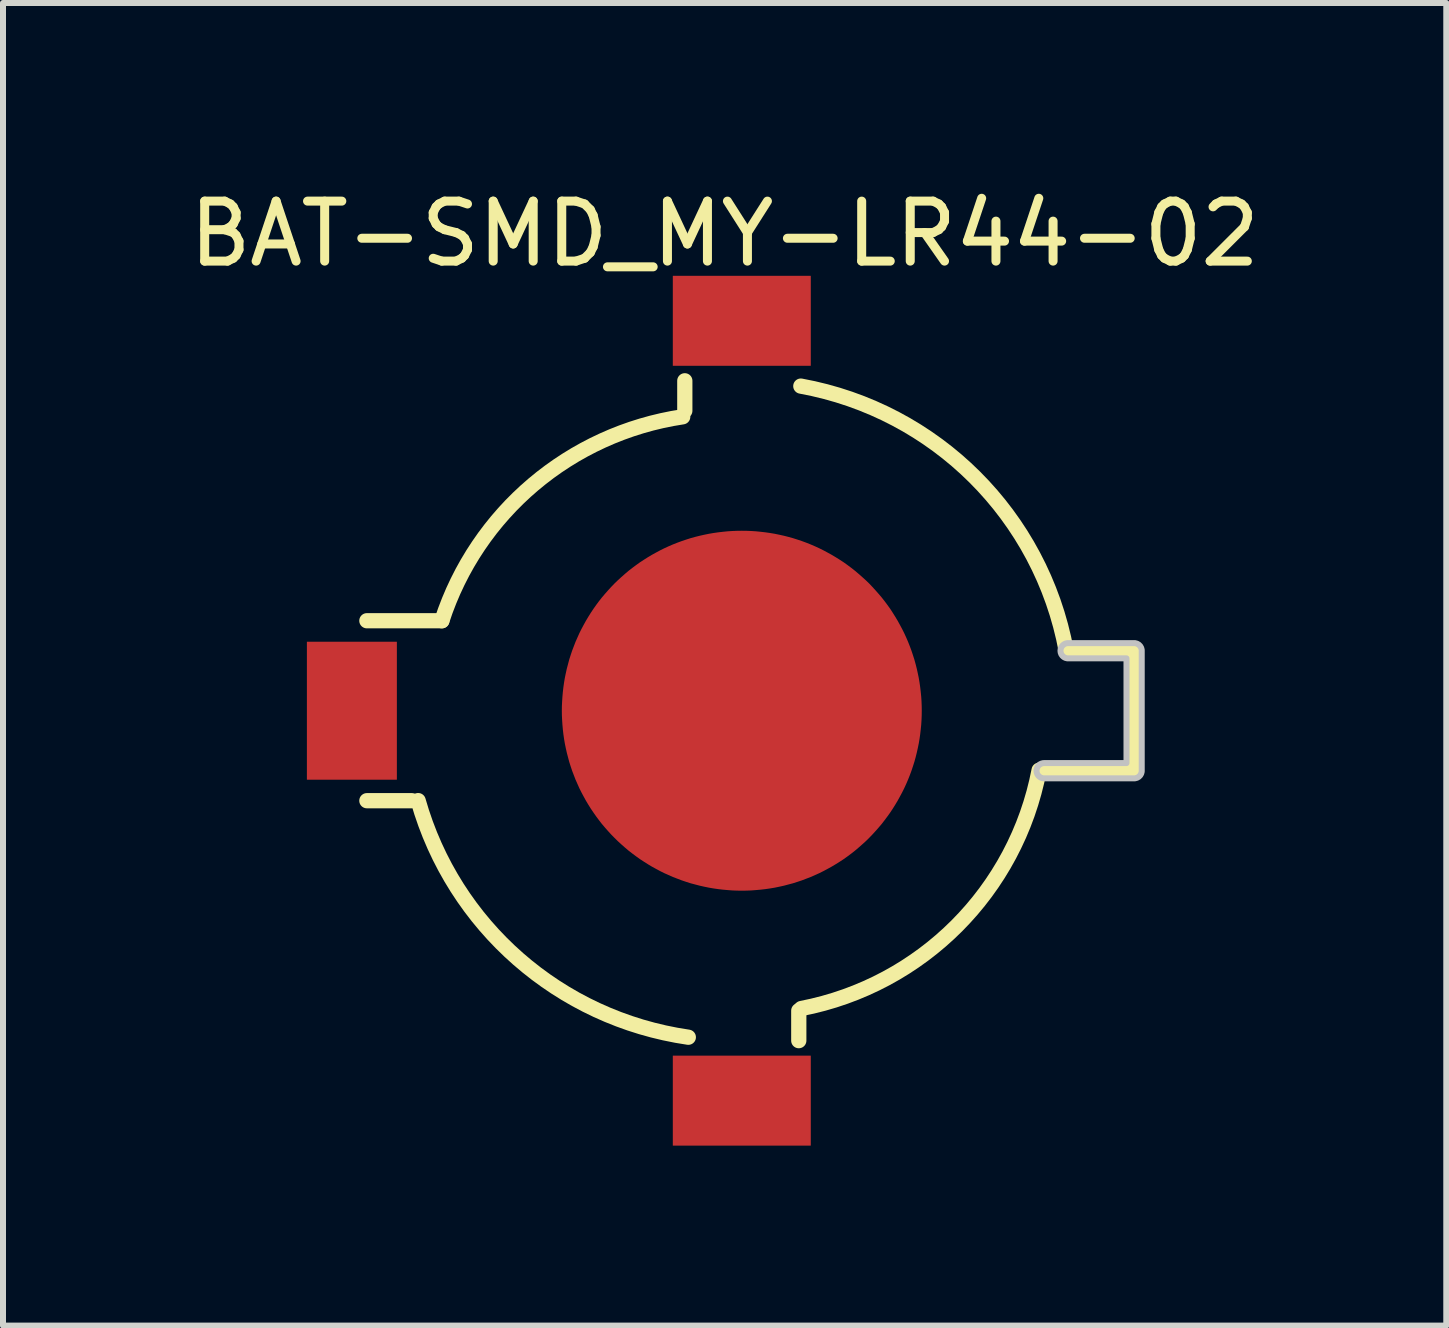
<source format=kicad_pcb>
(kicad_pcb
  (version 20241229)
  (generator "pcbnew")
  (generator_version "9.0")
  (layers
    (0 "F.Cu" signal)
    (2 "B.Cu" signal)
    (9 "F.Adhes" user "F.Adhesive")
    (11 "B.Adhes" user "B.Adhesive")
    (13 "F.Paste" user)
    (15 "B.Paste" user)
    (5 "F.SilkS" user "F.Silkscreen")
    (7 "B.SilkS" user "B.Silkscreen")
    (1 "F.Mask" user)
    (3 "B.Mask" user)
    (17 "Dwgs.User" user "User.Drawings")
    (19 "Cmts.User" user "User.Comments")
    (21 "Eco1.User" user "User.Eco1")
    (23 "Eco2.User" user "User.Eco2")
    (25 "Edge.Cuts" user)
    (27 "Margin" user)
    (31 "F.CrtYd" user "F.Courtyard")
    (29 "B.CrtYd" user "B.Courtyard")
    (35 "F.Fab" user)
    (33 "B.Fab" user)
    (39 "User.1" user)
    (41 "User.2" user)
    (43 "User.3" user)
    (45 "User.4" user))
  (footprint "BAT-SMD_MY-LR44-02"
    (layer "F.Cu")
    (at 6.066 8.798)
    (property "Reference" "BAT-SMD_MY-LR44-02" (at 2.963 -7.95 0) (layer "F.SilkS") (effects (font (size 1 1) (thickness 0.15))))
    (fp_line (start -3 -1.5) (end -1.75 -1.5) (stroke (width 0.254) (type default)) (layer "F.SilkS"))
    (fp_line (start -3 1.5) (end -2.25 1.5) (stroke (width 0.254) (type default)) (layer "F.SilkS"))
    (fp_line (start 2.3 -5.5) (end 2.3 -5) (stroke (width 0.254) (type default)) (layer "F.SilkS"))
    (fp_line (start 4.2 5) (end 4.2 5.5) (stroke (width 0.254) (type default)) (layer "F.SilkS"))
    (fp_line (start 8.75 -1) (end 9.8 -1) (stroke (width 0.254) (type default)) (layer "F.SilkS"))
    (fp_line (start 9.8 -1) (end 9.8 1) (stroke (width 0.254) (type default)) (layer "F.SilkS"))
    (fp_line (start 9.8 1) (end 8.25 1) (stroke (width 0.254) (type default)) (layer "F.SilkS"))
    (fp_arc (start -1.75 -1.5) (mid -0.225846 -3.770784) (end 2.265 -4.9) (stroke (width 0.254) (type default)) (layer "F.SilkS"))
    (fp_arc (start 2.3585 5.443) (mid -0.477332 4.137375) (end -2.1455 1.4985) (stroke (width 0.254) (type default)) (layer "F.SilkS"))
    (fp_arc (start 4.234 -5.4115) (mid 7.132939 -3.895558) (end 8.658 -1.0015) (stroke (width 0.254) (type default)) (layer "F.SilkS"))
    (fp_arc (start 8.2065 0.9915) (mid 6.834541 3.586136) (end 4.243 4.964) (stroke (width 0.254) (type default)) (layer "F.SilkS"))
    (fp_poly (pts (xy -4 -1.15) (xy -2.5 -1.15) (xy -2.5 1.15) (xy -4 1.15)) (stroke (width 0) (type default)) (fill yes) (layer "F.Paste"))
    (fp_poly (pts (xy 2.1 -7.25) (xy 4.4 -7.25) (xy 4.4 -5.75) (xy 2.1 -5.75)) (stroke (width 0) (type default)) (fill yes) (layer "F.Paste"))
    (fp_poly (pts (xy 2.1 5.75) (xy 4.4 5.75) (xy 4.4 7.25) (xy 2.1 7.25)) (stroke (width 0) (type default)) (fill yes) (layer "F.Paste"))
    (fp_poly (pts (arc (start 8.69 -0.873) (mid 8.563 -1) (end 8.69 -1.127)) (arc (start 9.79 -1.127) (mid 9.879803 -1.089803) (end 9.917 -1)) (arc (start 9.917 1) (mid 9.879803 1.089803) (end 9.79 1.127)) (arc (start 8.29 1.127) (mid 8.163 1) (end 8.29 0.873)) (xy 9.663 0.873) (xy 9.663 -0.873)) (stroke (width 0.1) (type default)) (fill no) (layer "Dwgs.User"))
    (fp_poly (pts (xy -2.75 -0.95) (xy -2.75 0.95) (xy -3.75 0.95) (xy -3.75 -0.95)) (stroke (width 0.1) (type default)) (fill no) (layer "User.1"))
    (fp_poly (pts (xy 2.3 -6.45) (xy 4.2 -6.45) (xy 4.2 -5.65) (xy 2.3 -5.65)) (stroke (width 0.1) (type default)) (fill no) (layer "User.1"))
    (fp_poly (pts (xy 4.2 6.45) (xy 2.3 6.45) (xy 2.3 5.65) (xy 4.2 5.65)) (stroke (width 0.1) (type default)) (fill no) (layer "User.1"))
    (fp_poly (pts (xy 0.25 0) (xy 0.251 -0.079) (xy 0.255 -0.157) (xy 0.26 -0.235) (xy 0.267 -0.314) (xy 0.276 -0.392) (xy 0.287 -0.469) (xy 0.3 -0.547) (xy 0.316 -0.624) (xy 0.333 -0.701) (xy 0.352 -0.776) (xy 0.373 -0.852) (xy 0.397 -0.927) (xy 0.422 -1.002) (xy 0.45 -1.075) (xy 0.478 -1.148) (xy 0.509 -1.22) (xy 0.542 -1.292) (xy 0.577 -1.362) (xy 0.614 -1.431) (xy 0.652 -1.5) (xy 0.693 -1.567) (xy 0.734 -1.634) (xy 0.778 -1.7) (xy 0.823 -1.764) (xy 0.87 -1.827) (xy 0.918 -1.888) (xy 0.969 -1.948) (xy 1.02 -2.007) (xy 1.074 -2.065) (xy 1.129 -2.122) (xy 1.185 -2.176) (xy 1.243 -2.229) (xy 1.302 -2.281) (xy 1.362 -2.332) (xy 1.424 -2.38) (xy 1.487 -2.427) (xy 1.551 -2.473) (xy 1.617 -2.516) (xy 1.683 -2.558) (xy 1.75 -2.598) (xy 1.819 -2.636) (xy 1.888 -2.673) (xy 1.958 -2.708) (xy 2.03 -2.741) (xy 2.102 -2.772) (xy 2.175 -2.801) (xy 2.249 -2.828) (xy 2.323 -2.853) (xy 2.398 -2.877) (xy 2.474 -2.898) (xy 2.55 -2.917) (xy 2.627 -2.934) (xy 2.704 -2.95) (xy 2.781 -2.963) (xy 2.858 -2.974) (xy 2.937 -2.983) (xy 3.015 -2.991) (xy 3.093 -2.996) (xy 3.171 -2.999) (xy 3.25 -3) (xy 3.329 -2.999) (xy 3.407 -2.996) (xy 3.486 -2.991) (xy 3.564 -2.983) (xy 3.642 -2.974) (xy 3.72 -2.963) (xy 3.797 -2.95) (xy 3.874 -2.934) (xy 3.95 -2.917) (xy 4.027 -2.898) (xy 4.102 -2.877) (xy 4.177 -2.853) (xy 4.252 -2.828) (xy 4.325 -2.801) (xy 4.398 -2.772) (xy 4.471 -2.741) (xy 4.542 -2.708) (xy 4.612 -2.673) (xy 4.681 -2.636) (xy 4.75 -2.598) (xy 4.817 -2.558) (xy 4.884 -2.516) (xy 4.949 -2.473) (xy 5.013 -2.427) (xy 5.077 -2.38) (xy 5.138 -2.332) (xy 5.199 -2.281) (xy 5.258 -2.229) (xy 5.316 -2.176) (xy 5.372 -2.122) (xy 5.426 -2.065) (xy 5.479 -2.007) (xy 5.532 -1.948) (xy 5.582 -1.888) (xy 5.63 -1.827) (xy 5.677 -1.764) (xy 5.723 -1.7) (xy 5.766 -1.634) (xy 5.808 -1.567) (xy 5.848 -1.5) (xy 5.886 -1.431) (xy 5.923 -1.362) (xy 5.958 -1.292) (xy 5.991 -1.22) (xy 6.022 -1.148) (xy 6.051 -1.075) (xy 6.078 -1.002) (xy 6.104 -0.927) (xy 6.127 -0.852) (xy 6.148 -0.776) (xy 6.168 -0.701) (xy 6.184 -0.624) (xy 6.2 -0.547) (xy 6.213 -0.469) (xy 6.224 -0.392) (xy 6.234 -0.314) (xy 6.241 -0.235) (xy 6.246 -0.157) (xy 6.249 -0.079) (xy 6.25 0) (xy 6.249 0.079) (xy 6.246 0.157) (xy 6.241 0.235) (xy 6.234 0.314) (xy 6.224 0.392) (xy 6.213 0.469) (xy 6.2 0.546) (xy 6.184 0.624) (xy 6.168 0.7) (xy 6.148 0.776) (xy 6.127 0.852) (xy 6.104 0.927) (xy 6.078 1.002) (xy 6.051 1.075) (xy 6.022 1.148) (xy 5.991 1.22) (xy 5.958 1.292) (xy 5.923 1.362) (xy 5.886 1.431) (xy 5.848 1.5) (xy 5.808 1.567) (xy 5.766 1.634) (xy 5.723 1.699) (xy 5.677 1.763) (xy 5.63 1.826) (xy 5.582 1.888) (xy 5.532 1.948) (xy 5.479 2.007) (xy 5.426 2.065) (xy 5.372 2.121) (xy 5.316 2.176) (xy 5.258 2.229) (xy 5.199 2.281) (xy 5.138 2.332) (xy 5.077 2.38) (xy 5.013 2.427) (xy 4.949 2.473) (xy 4.884 2.516) (xy 4.817 2.558) (xy 4.75 2.598) (xy 4.681 2.636) (xy 4.612 2.673) (xy 4.542 2.708) (xy 4.471 2.74) (xy 4.398 2.772) (xy 4.325 2.8) (xy 4.252 2.828) (xy 4.177 2.853) (xy 4.102 2.877) (xy 4.027 2.897) (xy 3.95 2.917) (xy 3.874 2.934) (xy 3.797 2.95) (xy 3.72 2.963) (xy 3.642 2.974) (xy 3.564 2.983) (xy 3.486 2.99) (xy 3.407 2.996) (xy 3.329 2.999) (xy 3.25 3) (xy 3.171 2.999) (xy 3.093 2.996) (xy 3.015 2.99) (xy 2.937 2.983) (xy 2.858 2.974) (xy 2.781 2.963) (xy 2.704 2.95) (xy 2.627 2.934) (xy 2.55 2.917) (xy 2.474 2.897) (xy 2.398 2.877) (xy 2.323 2.853) (xy 2.249 2.828) (xy 2.175 2.8) (xy 2.102 2.772) (xy 2.03 2.74) (xy 1.958 2.708) (xy 1.888 2.673) (xy 1.819 2.636) (xy 1.75 2.598) (xy 1.683 2.558) (xy 1.617 2.516) (xy 1.551 2.473) (xy 1.487 2.427) (xy 1.424 2.38) (xy 1.362 2.332) (xy 1.302 2.281) (xy 1.243 2.229) (xy 1.185 2.176) (xy 1.129 2.121) (xy 1.074 2.065) (xy 1.02 2.007) (xy 0.969 1.948) (xy 0.918 1.888) (xy 0.87 1.826) (xy 0.823 1.763) (xy 0.778 1.699) (xy 0.734 1.634) (xy 0.693 1.567) (xy 0.652 1.5) (xy 0.614 1.431) (xy 0.577 1.362) (xy 0.542 1.292) (xy 0.509 1.22) (xy 0.478 1.148) (xy 0.45 1.075) (xy 0.422 1.002) (xy 0.397 0.927) (xy 0.373 0.852) (xy 0.352 0.776) (xy 0.333 0.7) (xy 0.316 0.624) (xy 0.3 0.546) (xy 0.287 0.469) (xy 0.276 0.392) (xy 0.267 0.314) (xy 0.26 0.235) (xy 0.255 0.157) (xy 0.251 0.079)) (stroke (width 0.1) (type default)) (fill no) (layer "User.1"))
    (fp_line (start -3 -1.5) (end -1.75 -1.5) (stroke (width 0.051) (type default)) (layer "User.2"))
    (fp_line (start -3 1.5) (end -3 -1.5) (stroke (width 0.051) (type default)) (layer "User.2"))
    (fp_line (start -2.25 1.5) (end -3 1.5) (stroke (width 0.051) (type default)) (layer "User.2"))
    (fp_line (start 2.3 -6.45) (end 4.2 -6.45) (stroke (width 0.051) (type default)) (layer "User.2"))
    (fp_line (start 2.3 -5) (end 2.3 -6.45) (stroke (width 0.051) (type default)) (layer "User.2"))
    (fp_line (start 2.3 6.45) (end 2.3 5.5) (stroke (width 0.051) (type default)) (layer "User.2"))
    (fp_line (start 4.2 -6.45) (end 4.2 -5.5) (stroke (width 0.051) (type default)) (layer "User.2"))
    (fp_line (start 4.2 5) (end 4.2 6.45) (stroke (width 0.051) (type default)) (layer "User.2"))
    (fp_line (start 4.2 6.45) (end 2.3 6.45) (stroke (width 0.051) (type default)) (layer "User.2"))
    (fp_line (start 8.75 -1) (end 9.8 -1) (stroke (width 0.051) (type default)) (layer "User.2"))
    (fp_line (start 9.8 -1) (end 9.8 1) (stroke (width 0.051) (type default)) (layer "User.2"))
    (fp_line (start 9.8 1) (end 8.25 1) (stroke (width 0.051) (type default)) (layer "User.2"))
    (fp_arc (start -1.75 -1.5) (mid -0.232798 -3.837587) (end 2.3 -5) (stroke (width 0.051) (type default)) (layer "User.2"))
    (fp_arc (start 2.3 5.5) (mid -0.575443 4.182964) (end -2.25 1.5) (stroke (width 0.051) (type default)) (layer "User.2"))
    (fp_arc (start 4.2 -5.5) (mid 7.1969 -3.979912) (end 8.75 -1) (stroke (width 0.051) (type default)) (layer "User.2"))
    (fp_arc (start 8.25 1) (mid 6.849711 3.63245) (end 4.2 5) (stroke (width 0.051) (type default)) (layer "User.2"))
    (fp_poly (pts (xy 9.86 -6.45) (xy 9.842 -6.492) (xy 9.8 -6.51) (xy 9.758 -6.492) (xy 9.74 -6.45) (xy 9.758 -6.408) (xy 9.8 -6.39) (xy 9.842 -6.408)) (stroke (width 0.1) (type default)) (fill no) (layer "User.3"))
    (pad "1" smd custom (at 3.25 0) (size 0.000001 0.000001) (layers "F.Cu" "F.Mask" "F.Paste") (options (anchor circle)) (primitives (gr_poly (pts (xy -3 0) (xy -2.999 -0.079) (xy -2.995 -0.157) (xy -2.99 -0.235) (xy -2.983 -0.314) (xy -2.974 -0.392) (xy -2.963 -0.469) (xy -2.95 -0.547) (xy -2.934 -0.624) (xy -2.917 -0.701) (xy -2.897 -0.776) (xy -2.877 -0.852) (xy -2.853 -0.927) (xy -2.828 -1.002) (xy -2.8 -1.075) (xy -2.772 -1.148) (xy -2.74 -1.22) (xy -2.708 -1.292) (xy -2.673 -1.362) (xy -2.636 -1.431) (xy -2.598 -1.5) (xy -2.558 -1.567) (xy -2.516 -1.634) (xy -2.472 -1.7) (xy -2.427 -1.764) (xy -2.38 -1.827) (xy -2.332 -1.888) (xy -2.281 -1.948) (xy -2.229 -2.007) (xy -2.176 -2.065) (xy -2.121 -2.122) (xy -2.065 -2.176) (xy -2.007 -2.229) (xy -1.948 -2.281) (xy -1.888 -2.332) (xy -1.826 -2.38) (xy -1.763 -2.427) (xy -1.699 -2.473) (xy -1.633 -2.516) (xy -1.567 -2.558) (xy -1.5 -2.598) (xy -1.431 -2.636) (xy -1.362 -2.673) (xy -1.292 -2.708) (xy -1.22 -2.741) (xy -1.148 -2.772) (xy -1.075 -2.801) (xy -1.001 -2.828) (xy -0.927 -2.853) (xy -0.852 -2.877) (xy -0.776 -2.898) (xy -0.7 -2.917) (xy -0.624 -2.934) (xy -0.546 -2.95) (xy -0.469 -2.963) (xy -0.392 -2.974) (xy -0.314 -2.983) (xy -0.235 -2.991) (xy -0.157 -2.996) (xy -0.079 -2.999) (xy 0 -3) (xy 0.079 -2.999) (xy 0.157 -2.996) (xy 0.235 -2.991) (xy 0.314 -2.983) (xy 0.392 -2.974) (xy 0.469 -2.963) (xy 0.547 -2.95) (xy 0.624 -2.934) (xy 0.701 -2.917) (xy 0.776 -2.898) (xy 0.852 -2.877) (xy 0.927 -2.853) (xy 1.002 -2.828) (xy 1.075 -2.801) (xy 1.148 -2.772) (xy 1.22 -2.741) (xy 1.292 -2.708) (xy 1.362 -2.673) (xy 1.431 -2.636) (xy 1.5 -2.598) (xy 1.567 -2.558) (xy 1.634 -2.516) (xy 1.7 -2.473) (xy 1.764 -2.427) (xy 1.827 -2.38) (xy 1.888 -2.332) (xy 1.948 -2.281) (xy 2.007 -2.229) (xy 2.066 -2.176) (xy 2.122 -2.122) (xy 2.176 -2.065) (xy 2.229 -2.007) (xy 2.281 -1.948) (xy 2.332 -1.888) (xy 2.38 -1.827) (xy 2.427 -1.764) (xy 2.473 -1.7) (xy 2.516 -1.634) (xy 2.558 -1.567) (xy 2.598 -1.5) (xy 2.636 -1.431) (xy 2.673 -1.362) (xy 2.708 -1.292) (xy 2.741 -1.22) (xy 2.772 -1.148) (xy 2.801 -1.075) (xy 2.828 -1.002) (xy 2.853 -0.927) (xy 2.877 -0.852) (xy 2.898 -0.776) (xy 2.917 -0.701) (xy 2.934 -0.624) (xy 2.95 -0.547) (xy 2.963 -0.469) (xy 2.974 -0.392) (xy 2.983 -0.314) (xy 2.991 -0.235) (xy 2.996 -0.157) (xy 2.999 -0.079) (xy 3 0) (xy 2.999 0.079) (xy 2.996 0.157) (xy 2.991 0.235) (xy 2.983 0.314) (xy 2.974 0.392) (xy 2.963 0.469) (xy 2.95 0.546) (xy 2.934 0.624) (xy 2.917 0.7) (xy 2.898 0.776) (xy 2.877 0.852) (xy 2.853 0.927) (xy 2.828 1.002) (xy 2.801 1.075) (xy 2.772 1.148) (xy 2.741 1.22) (xy 2.708 1.292) (xy 2.673 1.362) (xy 2.636 1.431) (xy 2.598 1.5) (xy 2.558 1.567) (xy 2.516 1.634) (xy 2.473 1.699) (xy 2.427 1.763) (xy 2.38 1.826) (xy 2.332 1.888) (xy 2.281 1.948) (xy 2.229 2.007) (xy 2.176 2.065) (xy 2.122 2.121) (xy 2.066 2.176) (xy 2.007 2.229) (xy 1.948 2.281) (xy 1.888 2.332) (xy 1.827 2.38) (xy 1.764 2.427) (xy 1.7 2.473) (xy 1.634 2.516) (xy 1.567 2.558) (xy 1.5 2.598) (xy 1.431 2.636) (xy 1.362 2.673) (xy 1.292 2.708) (xy 1.22 2.74) (xy 1.148 2.772) (xy 1.075 2.8) (xy 1.002 2.828) (xy 0.927 2.853) (xy 0.852 2.877) (xy 0.776 2.897) (xy 0.701 2.917) (xy 0.624 2.934) (xy 0.547 2.95) (xy 0.469 2.963) (xy 0.392 2.974) (xy 0.314 2.983) (xy 0.235 2.99) (xy 0.157 2.996) (xy 0.079 2.999) (xy 0 3) (xy -0.079 2.999) (xy -0.157 2.996) (xy -0.235 2.99) (xy -0.314 2.983) (xy -0.392 2.974) (xy -0.469 2.963) (xy -0.546 2.95) (xy -0.624 2.934) (xy -0.7 2.917) (xy -0.776 2.897) (xy -0.852 2.877) (xy -0.927 2.853) (xy -1.001 2.828) (xy -1.075 2.8) (xy -1.148 2.772) (xy -1.22 2.74) (xy -1.292 2.708) (xy -1.362 2.673) (xy -1.431 2.636) (xy -1.5 2.598) (xy -1.567 2.558) (xy -1.633 2.516) (xy -1.699 2.473) (xy -1.763 2.427) (xy -1.826 2.38) (xy -1.888 2.332) (xy -1.948 2.281) (xy -2.007 2.229) (xy -2.065 2.176) (xy -2.121 2.121) (xy -2.176 2.065) (xy -2.229 2.007) (xy -2.281 1.948) (xy -2.332 1.888) (xy -2.38 1.826) (xy -2.427 1.763) (xy -2.472 1.699) (xy -2.516 1.634) (xy -2.558 1.567) (xy -2.598 1.5) (xy -2.636 1.431) (xy -2.673 1.362) (xy -2.708 1.292) (xy -2.74 1.22) (xy -2.772 1.148) (xy -2.8 1.075) (xy -2.828 1.002) (xy -2.853 0.927) (xy -2.877 0.852) (xy -2.897 0.776) (xy -2.917 0.7) (xy -2.934 0.624) (xy -2.95 0.546) (xy -2.963 0.469) (xy -2.974 0.392) (xy -2.983 0.314) (xy -2.99 0.235) (xy -2.995 0.157) (xy -2.999 0.079)) (width 0) (fill yes))))
    (pad "2" smd rect (at -3.25 0) (size 1.5 2.3) (layers "F.Cu" "F.Mask" "F.Paste"))
    (pad "2" smd rect (at 3.25 -6.5) (size 2.3 1.5) (layers "F.Cu" "F.Mask" "F.Paste"))
    (pad "2" smd rect (at 3.25 6.5) (size 2.3 1.5) (layers "F.Cu" "F.Mask" "F.Paste")))
  (gr_rect
    (start -3 -3)
    (end 21.06 19.048)
    (stroke (width 0.1) (type default))
    (fill no)
    (layer "Edge.Cuts")))
</source>
